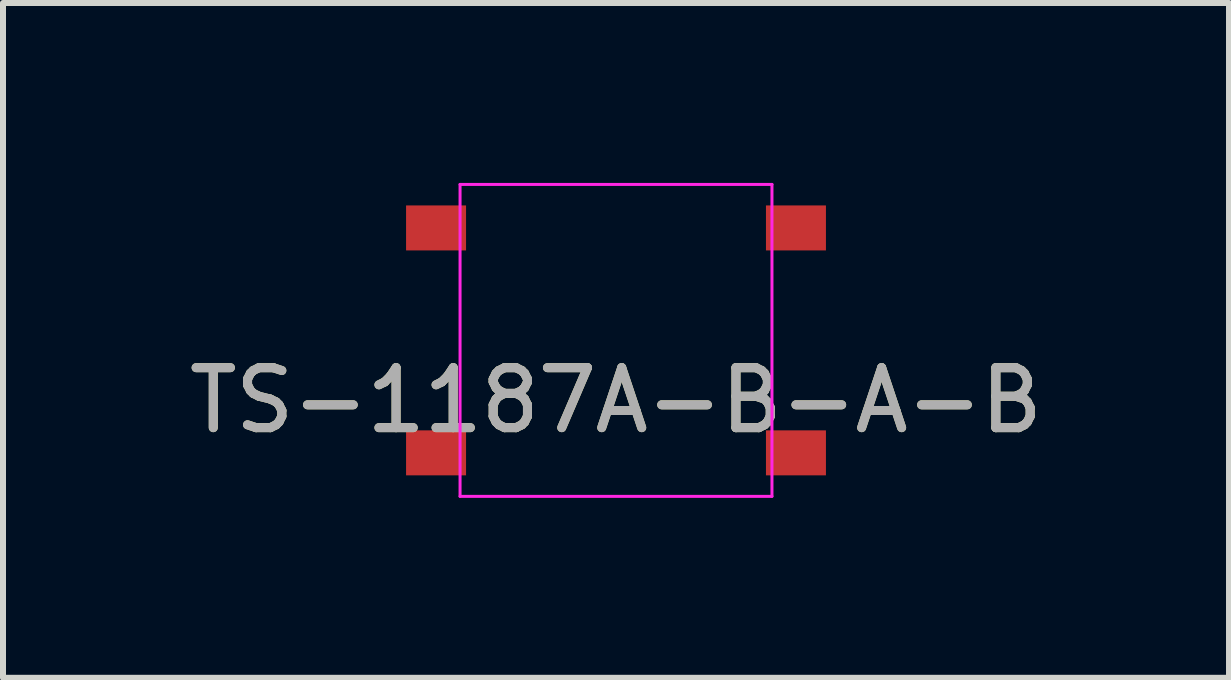
<source format=kicad_pcb>
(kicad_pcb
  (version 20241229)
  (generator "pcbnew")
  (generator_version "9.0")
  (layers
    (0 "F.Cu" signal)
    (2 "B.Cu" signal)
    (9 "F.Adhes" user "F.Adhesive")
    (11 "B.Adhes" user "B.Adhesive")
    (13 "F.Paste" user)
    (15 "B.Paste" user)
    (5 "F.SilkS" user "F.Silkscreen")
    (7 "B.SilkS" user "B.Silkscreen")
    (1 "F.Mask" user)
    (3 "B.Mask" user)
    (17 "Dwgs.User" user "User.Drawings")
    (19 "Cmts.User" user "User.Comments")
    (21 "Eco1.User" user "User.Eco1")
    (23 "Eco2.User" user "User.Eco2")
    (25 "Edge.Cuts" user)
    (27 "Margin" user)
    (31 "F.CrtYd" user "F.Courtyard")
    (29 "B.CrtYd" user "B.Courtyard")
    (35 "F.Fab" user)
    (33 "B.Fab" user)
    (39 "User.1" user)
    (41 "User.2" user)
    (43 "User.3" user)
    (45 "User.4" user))
  (footprint "TS-1187A-B-A-B"
    (layer "F.Cu")
    (at 7.22 2.625)
    (property "Reference" "TS-1187A-B-A-B" (at 0 1 0) (layer "F.SilkS") (effects (font (size 1 1) (thickness 0.15))))
    (attr smd)
    (fp_line (start -2.6 -2.6) (end 2.6 -2.6) (stroke (width 0.05) (type solid)) (layer "F.CrtYd"))
    (fp_line (start -2.6 2.6) (end -2.6 -2.6) (stroke (width 0.05) (type solid)) (layer "F.CrtYd"))
    (fp_line (start 2.6 -2.6) (end 2.6 2.6) (stroke (width 0.05) (type solid)) (layer "F.CrtYd"))
    (fp_line (start 2.6 2.6) (end -2.6 2.6) (stroke (width 0.05) (type solid)) (layer "F.CrtYd"))
    (fp_text user "${REFERENCE}" (at 0 1 0) (layer "F.Fab") (effects (font (size 1 1) (thickness 0.15))))
    (pad "1" smd rect (at -3 -1.875) (size 1 0.75) (layers "F.Cu" "F.Mask" "F.Paste"))
    (pad "1" smd rect (at 3 -1.875) (size 1 0.75) (layers "F.Cu" "F.Mask" "F.Paste"))
    (pad "2" smd rect (at -3 1.875) (size 1 0.75) (layers "F.Cu" "F.Mask" "F.Paste"))
    (pad "2" smd rect (at 3 1.875) (size 1 0.75) (layers "F.Cu" "F.Mask" "F.Paste")))
  (gr_rect
    (start -3 -3)
    (end 17.44 8.25)
    (stroke (width 0.1) (type default))
    (fill no)
    (layer "Edge.Cuts")))
</source>
